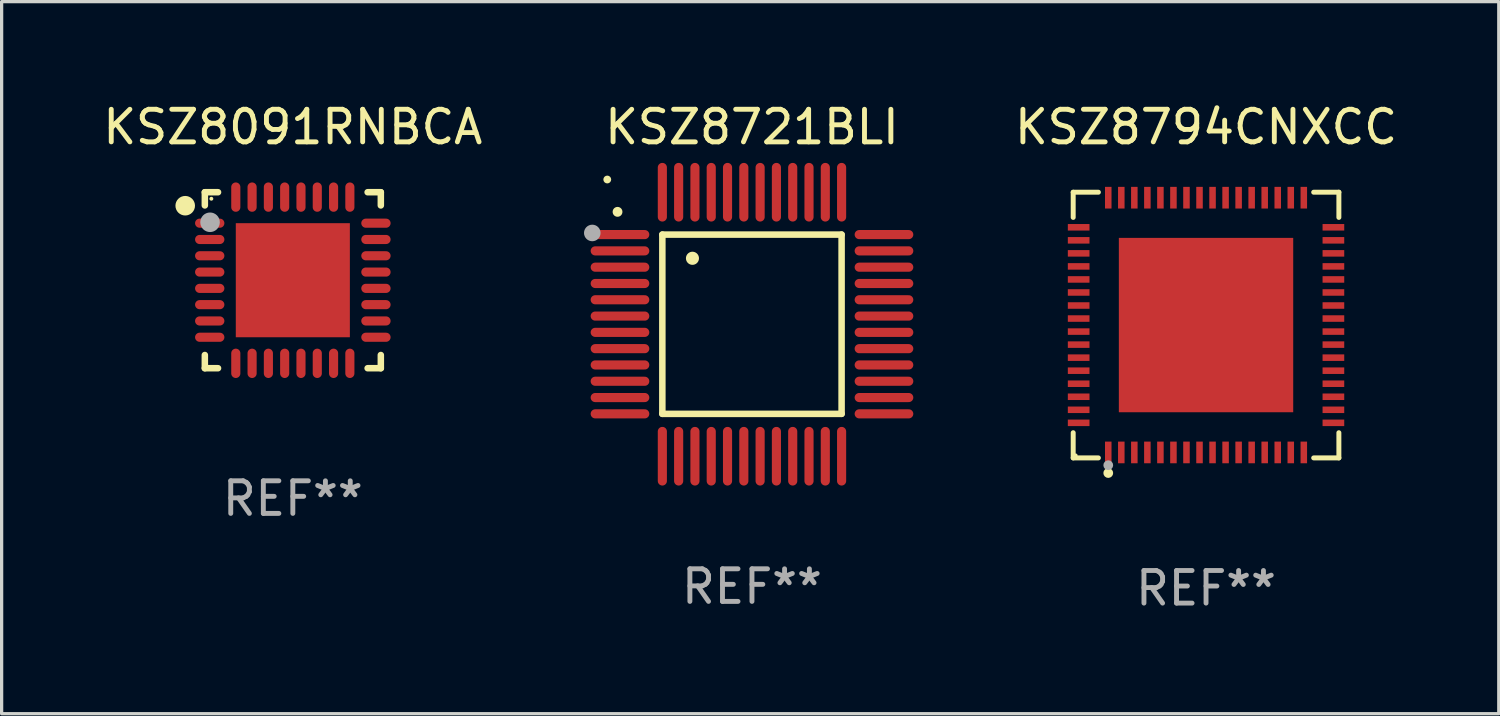
<source format=kicad_pcb>
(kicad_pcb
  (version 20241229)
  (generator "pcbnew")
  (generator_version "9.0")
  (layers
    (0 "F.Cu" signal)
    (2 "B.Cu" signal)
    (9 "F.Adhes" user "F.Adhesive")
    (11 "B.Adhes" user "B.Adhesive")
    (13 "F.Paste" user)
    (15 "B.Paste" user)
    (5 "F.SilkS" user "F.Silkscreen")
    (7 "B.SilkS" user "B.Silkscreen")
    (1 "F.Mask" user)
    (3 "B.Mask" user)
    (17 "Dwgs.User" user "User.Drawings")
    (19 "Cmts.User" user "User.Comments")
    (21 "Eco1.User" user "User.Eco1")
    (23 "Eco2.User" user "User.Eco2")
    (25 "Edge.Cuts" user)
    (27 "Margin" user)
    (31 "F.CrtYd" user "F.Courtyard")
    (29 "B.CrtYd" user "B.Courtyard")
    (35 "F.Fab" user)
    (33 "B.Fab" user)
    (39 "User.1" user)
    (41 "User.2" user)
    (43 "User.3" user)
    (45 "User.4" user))
  (footprint "KSZ8794CNXCC"
    (layer "F.Cu")
    (at 33.955 6.924)
    (property "Reference" "KSZ8794CNXCC" (at 0 -6.076 0) (layer "F.SilkS") (effects (font (size 1 1) (thickness 0.15))))
    (attr through_hole)
    (fp_line (start -4.076 -4.076) (end -3.303 -4.076) (stroke (width 0.152) (type solid)) (layer "F.SilkS"))
    (fp_line (start -4.076 -3.303) (end -4.076 -4.076) (stroke (width 0.152) (type solid)) (layer "F.SilkS"))
    (fp_line (start -4.076 3.303) (end -4.076 4.076) (stroke (width 0.152) (type solid)) (layer "F.SilkS"))
    (fp_line (start -4.076 4.076) (end -3.303 4.076) (stroke (width 0.152) (type solid)) (layer "F.SilkS"))
    (fp_line (start 4.076 -4.076) (end 3.303 -4.076) (stroke (width 0.152) (type solid)) (layer "F.SilkS"))
    (fp_line (start 4.076 -3.303) (end 4.076 -4.076) (stroke (width 0.152) (type solid)) (layer "F.SilkS"))
    (fp_line (start 4.076 3.303) (end 4.076 4.076) (stroke (width 0.152) (type solid)) (layer "F.SilkS"))
    (fp_line (start 4.076 4.076) (end 3.303 4.076) (stroke (width 0.152) (type solid)) (layer "F.SilkS"))
    (fp_circle (center -4 4) (end -3.97 4) (stroke (width 0.06) (type solid)) (fill no) (layer "F.SilkS"))
    (fp_circle (center -3 4.54) (end -2.925 4.54) (stroke (width 0.15) (type solid)) (fill no) (layer "F.SilkS"))
    (fp_circle (center -3 4.3) (end -2.925 4.3) (stroke (width 0.15) (type solid)) (fill no) (layer "F.Fab"))
    (fp_text user "REF**" (at 0 8.076 0) (layer "F.Fab") (effects (font (size 1 1) (thickness 0.15))))
    (pad "1" smd rect (at -3 3.908) (size 0.2 0.665) (layers "F.Cu" "F.Mask" "F.Paste"))
    (pad "2" smd rect (at -2.6 3.908) (size 0.2 0.665) (layers "F.Cu" "F.Mask" "F.Paste"))
    (pad "3" smd rect (at -2.2 3.908) (size 0.2 0.665) (layers "F.Cu" "F.Mask" "F.Paste"))
    (pad "4" smd rect (at -1.8 3.908) (size 0.2 0.665) (layers "F.Cu" "F.Mask" "F.Paste"))
    (pad "5" smd rect (at -1.4 3.908) (size 0.2 0.665) (layers "F.Cu" "F.Mask" "F.Paste"))
    (pad "6" smd rect (at -1 3.908) (size 0.2 0.665) (layers "F.Cu" "F.Mask" "F.Paste"))
    (pad "7" smd rect (at -0.6 3.908) (size 0.2 0.665) (layers "F.Cu" "F.Mask" "F.Paste"))
    (pad "8" smd rect (at -0.2 3.908) (size 0.2 0.665) (layers "F.Cu" "F.Mask" "F.Paste"))
    (pad "9" smd rect (at 0.2 3.908) (size 0.2 0.665) (layers "F.Cu" "F.Mask" "F.Paste"))
    (pad "10" smd rect (at 0.6 3.908) (size 0.2 0.665) (layers "F.Cu" "F.Mask" "F.Paste"))
    (pad "11" smd rect (at 1 3.908) (size 0.2 0.665) (layers "F.Cu" "F.Mask" "F.Paste"))
    (pad "12" smd rect (at 1.4 3.908) (size 0.2 0.665) (layers "F.Cu" "F.Mask" "F.Paste"))
    (pad "13" smd rect (at 1.8 3.908) (size 0.2 0.665) (layers "F.Cu" "F.Mask" "F.Paste"))
    (pad "14" smd rect (at 2.2 3.908) (size 0.2 0.665) (layers "F.Cu" "F.Mask" "F.Paste"))
    (pad "15" smd rect (at 2.6 3.908) (size 0.2 0.665) (layers "F.Cu" "F.Mask" "F.Paste"))
    (pad "16" smd rect (at 3 3.908) (size 0.2 0.665) (layers "F.Cu" "F.Mask" "F.Paste"))
    (pad "17" smd rect (at 3.908 3) (size 0.665 0.2) (layers "F.Cu" "F.Mask" "F.Paste"))
    (pad "18" smd rect (at 3.908 2.6) (size 0.665 0.2) (layers "F.Cu" "F.Mask" "F.Paste"))
    (pad "19" smd rect (at 3.908 2.2) (size 0.665 0.2) (layers "F.Cu" "F.Mask" "F.Paste"))
    (pad "20" smd rect (at 3.908 1.8) (size 0.665 0.2) (layers "F.Cu" "F.Mask" "F.Paste"))
    (pad "21" smd rect (at 3.908 1.4) (size 0.665 0.2) (layers "F.Cu" "F.Mask" "F.Paste"))
    (pad "22" smd rect (at 3.908 1) (size 0.665 0.2) (layers "F.Cu" "F.Mask" "F.Paste"))
    (pad "23" smd rect (at 3.908 0.6) (size 0.665 0.2) (layers "F.Cu" "F.Mask" "F.Paste"))
    (pad "24" smd rect (at 3.908 0.2) (size 0.665 0.2) (layers "F.Cu" "F.Mask" "F.Paste"))
    (pad "25" smd rect (at 3.908 -0.2) (size 0.665 0.2) (layers "F.Cu" "F.Mask" "F.Paste"))
    (pad "26" smd rect (at 3.908 -0.6) (size 0.665 0.2) (layers "F.Cu" "F.Mask" "F.Paste"))
    (pad "27" smd rect (at 3.908 -1) (size 0.665 0.2) (layers "F.Cu" "F.Mask" "F.Paste"))
    (pad "28" smd rect (at 3.908 -1.4) (size 0.665 0.2) (layers "F.Cu" "F.Mask" "F.Paste"))
    (pad "29" smd rect (at 3.908 -1.8) (size 0.665 0.2) (layers "F.Cu" "F.Mask" "F.Paste"))
    (pad "30" smd rect (at 3.908 -2.2) (size 0.665 0.2) (layers "F.Cu" "F.Mask" "F.Paste"))
    (pad "31" smd rect (at 3.908 -2.6) (size 0.665 0.2) (layers "F.Cu" "F.Mask" "F.Paste"))
    (pad "32" smd rect (at 3.908 -3) (size 0.665 0.2) (layers "F.Cu" "F.Mask" "F.Paste"))
    (pad "33" smd rect (at 3 -3.908) (size 0.2 0.665) (layers "F.Cu" "F.Mask" "F.Paste"))
    (pad "34" smd rect (at 2.6 -3.908) (size 0.2 0.665) (layers "F.Cu" "F.Mask" "F.Paste"))
    (pad "35" smd rect (at 2.2 -3.908) (size 0.2 0.665) (layers "F.Cu" "F.Mask" "F.Paste"))
    (pad "36" smd rect (at 1.8 -3.908) (size 0.2 0.665) (layers "F.Cu" "F.Mask" "F.Paste"))
    (pad "37" smd rect (at 1.4 -3.908) (size 0.2 0.665) (layers "F.Cu" "F.Mask" "F.Paste"))
    (pad "38" smd rect (at 1 -3.908) (size 0.2 0.665) (layers "F.Cu" "F.Mask" "F.Paste"))
    (pad "39" smd rect (at 0.6 -3.908) (size 0.2 0.665) (layers "F.Cu" "F.Mask" "F.Paste"))
    (pad "40" smd rect (at 0.2 -3.908) (size 0.2 0.665) (layers "F.Cu" "F.Mask" "F.Paste"))
    (pad "41" smd rect (at -0.2 -3.908) (size 0.2 0.665) (layers "F.Cu" "F.Mask" "F.Paste"))
    (pad "42" smd rect (at -0.6 -3.908) (size 0.2 0.665) (layers "F.Cu" "F.Mask" "F.Paste"))
    (pad "43" smd rect (at -1 -3.908) (size 0.2 0.665) (layers "F.Cu" "F.Mask" "F.Paste"))
    (pad "44" smd rect (at -1.4 -3.908) (size 0.2 0.665) (layers "F.Cu" "F.Mask" "F.Paste"))
    (pad "45" smd rect (at -1.8 -3.908) (size 0.2 0.665) (layers "F.Cu" "F.Mask" "F.Paste"))
    (pad "46" smd rect (at -2.2 -3.908) (size 0.2 0.665) (layers "F.Cu" "F.Mask" "F.Paste"))
    (pad "47" smd rect (at -2.6 -3.908) (size 0.2 0.665) (layers "F.Cu" "F.Mask" "F.Paste"))
    (pad "48" smd rect (at -3 -3.908) (size 0.2 0.665) (layers "F.Cu" "F.Mask" "F.Paste"))
    (pad "49" smd rect (at -3.908 -3) (size 0.665 0.2) (layers "F.Cu" "F.Mask" "F.Paste"))
    (pad "50" smd rect (at -3.908 -2.6) (size 0.665 0.2) (layers "F.Cu" "F.Mask" "F.Paste"))
    (pad "51" smd rect (at -3.908 -2.2) (size 0.665 0.2) (layers "F.Cu" "F.Mask" "F.Paste"))
    (pad "52" smd rect (at -3.908 -1.8) (size 0.665 0.2) (layers "F.Cu" "F.Mask" "F.Paste"))
    (pad "53" smd rect (at -3.908 -1.4) (size 0.665 0.2) (layers "F.Cu" "F.Mask" "F.Paste"))
    (pad "54" smd rect (at -3.908 -1) (size 0.665 0.2) (layers "F.Cu" "F.Mask" "F.Paste"))
    (pad "55" smd rect (at -3.908 -0.6) (size 0.665 0.2) (layers "F.Cu" "F.Mask" "F.Paste"))
    (pad "56" smd rect (at -3.908 -0.2) (size 0.665 0.2) (layers "F.Cu" "F.Mask" "F.Paste"))
    (pad "57" smd rect (at -3.908 0.2) (size 0.665 0.2) (layers "F.Cu" "F.Mask" "F.Paste"))
    (pad "58" smd rect (at -3.908 0.6) (size 0.665 0.2) (layers "F.Cu" "F.Mask" "F.Paste"))
    (pad "59" smd rect (at -3.908 1) (size 0.665 0.2) (layers "F.Cu" "F.Mask" "F.Paste"))
    (pad "60" smd rect (at -3.908 1.4) (size 0.665 0.2) (layers "F.Cu" "F.Mask" "F.Paste"))
    (pad "61" smd rect (at -3.908 1.8) (size 0.665 0.2) (layers "F.Cu" "F.Mask" "F.Paste"))
    (pad "62" smd rect (at -3.908 2.2) (size 0.665 0.2) (layers "F.Cu" "F.Mask" "F.Paste"))
    (pad "63" smd rect (at -3.908 2.6) (size 0.665 0.2) (layers "F.Cu" "F.Mask" "F.Paste"))
    (pad "64" smd rect (at -3.908 3) (size 0.665 0.2) (layers "F.Cu" "F.Mask" "F.Paste"))
    (pad "65" smd rect (at 0 0) (size 5.35 5.35) (layers "F.Cu" "F.Mask" "F.Paste")))
  (footprint "KSZ8721BLI"
    (layer "F.Cu")
    (at 20.023 6.898)
    (property "Reference" "KSZ8721BLI" (at 0 -6.05 0) (layer "F.SilkS") (effects (font (size 1 1) (thickness 0.15))))
    (attr through_hole)
    (fp_line (start -2.75 -2.75) (end 2.75 -2.75) (stroke (width 0.2) (type solid)) (layer "F.SilkS"))
    (fp_line (start -2.75 2.75) (end -2.75 -2.75) (stroke (width 0.2) (type solid)) (layer "F.SilkS"))
    (fp_line (start 2.75 -2.75) (end 2.75 2.75) (stroke (width 0.2) (type solid)) (layer "F.SilkS"))
    (fp_line (start 2.75 2.75) (end -2.75 2.75) (stroke (width 0.2) (type solid)) (layer "F.SilkS"))
    (fp_arc (start -4.124968 -3.446787) (mid -4.124973 -3.448057) (end -4.124968 -3.449327) (stroke (width 0.3) (type solid)) (layer "F.SilkS"))
    (fp_arc (start -1.826264 -2.021844) (mid -1.826268 -2.023114) (end -1.826264 -2.024384) (stroke (width 0.4) (type solid)) (layer "F.SilkS"))
    (fp_circle (center -4.44 -4.44) (end -4.38 -4.44) (stroke (width 0.12) (type solid)) (fill no) (layer "F.SilkS"))
    (fp_circle (center -4.9 -2.8) (end -4.773 -2.8) (stroke (width 0.254) (type solid)) (fill no) (layer "F.Fab"))
    (fp_text user "REF**" (at 0 8.05 0) (layer "F.Fab") (effects (font (size 1 1) (thickness 0.15))))
    (pad "1" smd oval (at -4.05 -2.75 90) (size 0.28 1.8) (layers "F.Cu" "F.Mask" "F.Paste"))
    (pad "2" smd oval (at -4.05 -2.25 90) (size 0.28 1.8) (layers "F.Cu" "F.Mask" "F.Paste"))
    (pad "3" smd oval (at -4.05 -1.75 90) (size 0.28 1.8) (layers "F.Cu" "F.Mask" "F.Paste"))
    (pad "4" smd oval (at -4.05 -1.25 90) (size 0.28 1.8) (layers "F.Cu" "F.Mask" "F.Paste"))
    (pad "5" smd oval (at -4.05 -0.75 90) (size 0.28 1.8) (layers "F.Cu" "F.Mask" "F.Paste"))
    (pad "6" smd oval (at -4.05 -0.25 90) (size 0.28 1.8) (layers "F.Cu" "F.Mask" "F.Paste"))
    (pad "7" smd oval (at -4.05 0.25 90) (size 0.28 1.8) (layers "F.Cu" "F.Mask" "F.Paste"))
    (pad "8" smd oval (at -4.05 0.75 90) (size 0.28 1.8) (layers "F.Cu" "F.Mask" "F.Paste"))
    (pad "9" smd oval (at -4.05 1.25 90) (size 0.28 1.8) (layers "F.Cu" "F.Mask" "F.Paste"))
    (pad "10" smd oval (at -4.05 1.75 90) (size 0.28 1.8) (layers "F.Cu" "F.Mask" "F.Paste"))
    (pad "11" smd oval (at -4.05 2.25 90) (size 0.28 1.8) (layers "F.Cu" "F.Mask" "F.Paste"))
    (pad "12" smd oval (at -4.05 2.75 90) (size 0.28 1.8) (layers "F.Cu" "F.Mask" "F.Paste"))
    (pad "13" smd oval (at -2.75 4.05) (size 0.28 1.8) (layers "F.Cu" "F.Mask" "F.Paste"))
    (pad "14" smd oval (at -2.25 4.05) (size 0.28 1.8) (layers "F.Cu" "F.Mask" "F.Paste"))
    (pad "15" smd oval (at -1.75 4.05) (size 0.28 1.8) (layers "F.Cu" "F.Mask" "F.Paste"))
    (pad "16" smd oval (at -1.25 4.05) (size 0.28 1.8) (layers "F.Cu" "F.Mask" "F.Paste"))
    (pad "17" smd oval (at -0.75 4.05) (size 0.28 1.8) (layers "F.Cu" "F.Mask" "F.Paste"))
    (pad "18" smd oval (at -0.25 4.05) (size 0.28 1.8) (layers "F.Cu" "F.Mask" "F.Paste"))
    (pad "19" smd oval (at 0.25 4.05) (size 0.28 1.8) (layers "F.Cu" "F.Mask" "F.Paste"))
    (pad "20" smd oval (at 0.75 4.05) (size 0.28 1.8) (layers "F.Cu" "F.Mask" "F.Paste"))
    (pad "21" smd oval (at 1.25 4.05) (size 0.28 1.8) (layers "F.Cu" "F.Mask" "F.Paste"))
    (pad "22" smd oval (at 1.75 4.05) (size 0.28 1.8) (layers "F.Cu" "F.Mask" "F.Paste"))
    (pad "23" smd oval (at 2.25 4.05) (size 0.28 1.8) (layers "F.Cu" "F.Mask" "F.Paste"))
    (pad "24" smd oval (at 2.75 4.05) (size 0.28 1.8) (layers "F.Cu" "F.Mask" "F.Paste"))
    (pad "25" smd oval (at 4.05 2.75 90) (size 0.28 1.8) (layers "F.Cu" "F.Mask" "F.Paste"))
    (pad "26" smd oval (at 4.05 2.25 90) (size 0.28 1.8) (layers "F.Cu" "F.Mask" "F.Paste"))
    (pad "27" smd oval (at 4.05 1.75 90) (size 0.28 1.8) (layers "F.Cu" "F.Mask" "F.Paste"))
    (pad "28" smd oval (at 4.05 1.25 90) (size 0.28 1.8) (layers "F.Cu" "F.Mask" "F.Paste"))
    (pad "29" smd oval (at 4.05 0.75 90) (size 0.28 1.8) (layers "F.Cu" "F.Mask" "F.Paste"))
    (pad "30" smd oval (at 4.05 0.25 90) (size 0.28 1.8) (layers "F.Cu" "F.Mask" "F.Paste"))
    (pad "31" smd oval (at 4.05 -0.25 90) (size 0.28 1.8) (layers "F.Cu" "F.Mask" "F.Paste"))
    (pad "32" smd oval (at 4.05 -0.75 90) (size 0.28 1.8) (layers "F.Cu" "F.Mask" "F.Paste"))
    (pad "33" smd oval (at 4.05 -1.25 90) (size 0.28 1.8) (layers "F.Cu" "F.Mask" "F.Paste"))
    (pad "34" smd oval (at 4.05 -1.75 90) (size 0.28 1.8) (layers "F.Cu" "F.Mask" "F.Paste"))
    (pad "35" smd oval (at 4.05 -2.25 90) (size 0.28 1.8) (layers "F.Cu" "F.Mask" "F.Paste"))
    (pad "36" smd oval (at 4.05 -2.75 90) (size 0.28 1.8) (layers "F.Cu" "F.Mask" "F.Paste"))
    (pad "37" smd oval (at 2.75 -4.05) (size 0.28 1.8) (layers "F.Cu" "F.Mask" "F.Paste"))
    (pad "38" smd oval (at 2.25 -4.05) (size 0.28 1.8) (layers "F.Cu" "F.Mask" "F.Paste"))
    (pad "39" smd oval (at 1.75 -4.05) (size 0.28 1.8) (layers "F.Cu" "F.Mask" "F.Paste"))
    (pad "40" smd oval (at 1.25 -4.05) (size 0.28 1.8) (layers "F.Cu" "F.Mask" "F.Paste"))
    (pad "41" smd oval (at 0.75 -4.05) (size 0.28 1.8) (layers "F.Cu" "F.Mask" "F.Paste"))
    (pad "42" smd oval (at 0.25 -4.05) (size 0.28 1.8) (layers "F.Cu" "F.Mask" "F.Paste"))
    (pad "43" smd oval (at -0.25 -4.05) (size 0.28 1.8) (layers "F.Cu" "F.Mask" "F.Paste"))
    (pad "44" smd oval (at -0.75 -4.05) (size 0.28 1.8) (layers "F.Cu" "F.Mask" "F.Paste"))
    (pad "45" smd oval (at -1.25 -4.05) (size 0.28 1.8) (layers "F.Cu" "F.Mask" "F.Paste"))
    (pad "46" smd oval (at -1.75 -4.05) (size 0.28 1.8) (layers "F.Cu" "F.Mask" "F.Paste"))
    (pad "47" smd oval (at -2.25 -4.05) (size 0.28 1.8) (layers "F.Cu" "F.Mask" "F.Paste"))
    (pad "48" smd oval (at -2.75 -4.05) (size 0.28 1.8) (layers "F.Cu" "F.Mask" "F.Paste")))
  (footprint "KSZ8091RNBCA"
    (layer "F.Cu")
    (at 5.935 5.548)
    (property "Reference" "KSZ8091RNBCA" (at 0 -4.7 0) (layer "F.SilkS") (effects (font (size 1 1) (thickness 0.15))))
    (attr through_hole)
    (fp_line (start -2.7 -2.7) (end -2.295 -2.7) (stroke (width 0.2) (type solid)) (layer "F.SilkS"))
    (fp_line (start -2.7 -2.295) (end -2.7 -2.7) (stroke (width 0.2) (type solid)) (layer "F.SilkS"))
    (fp_line (start -2.7 2.295) (end -2.7 2.7) (stroke (width 0.2) (type solid)) (layer "F.SilkS"))
    (fp_line (start -2.7 2.7) (end -2.295 2.7) (stroke (width 0.2) (type solid)) (layer "F.SilkS"))
    (fp_line (start 2.295 -2.7) (end 2.7 -2.7) (stroke (width 0.2) (type solid)) (layer "F.SilkS"))
    (fp_line (start 2.295 2.7) (end 2.7 2.7) (stroke (width 0.2) (type solid)) (layer "F.SilkS"))
    (fp_line (start 2.7 -2.7) (end 2.7 -2.295) (stroke (width 0.2) (type solid)) (layer "F.SilkS"))
    (fp_line (start 2.7 2.7) (end 2.7 2.295) (stroke (width 0.2) (type solid)) (layer "F.SilkS"))
    (fp_circle (center -3.302 -2.286) (end -3.152 -2.286) (stroke (width 0.3) (type solid)) (fill no) (layer "F.SilkS"))
    (fp_circle (center -2.5 -2.5) (end -2.47 -2.5) (stroke (width 0.06) (type solid)) (fill no) (layer "F.SilkS"))
    (fp_circle (center -2.54 -1.778) (end -2.39 -1.778) (stroke (width 0.3) (type solid)) (fill no) (layer "F.Fab"))
    (fp_text user "REF**" (at 0 6.7 0) (layer "F.Fab") (effects (font (size 1 1) (thickness 0.15))))
    (pad "1" smd oval (at -2.55 -1.75 90) (size 0.28 0.9) (layers "F.Cu" "F.Mask" "F.Paste"))
    (pad "2" smd oval (at -2.55 -1.25 90) (size 0.28 0.9) (layers "F.Cu" "F.Mask" "F.Paste"))
    (pad "3" smd oval (at -2.55 -0.75 90) (size 0.28 0.9) (layers "F.Cu" "F.Mask" "F.Paste"))
    (pad "4" smd oval (at -2.55 -0.25 90) (size 0.28 0.9) (layers "F.Cu" "F.Mask" "F.Paste"))
    (pad "5" smd oval (at -2.55 0.25 90) (size 0.28 0.9) (layers "F.Cu" "F.Mask" "F.Paste"))
    (pad "6" smd oval (at -2.55 0.75 90) (size 0.28 0.9) (layers "F.Cu" "F.Mask" "F.Paste"))
    (pad "7" smd oval (at -2.55 1.25 90) (size 0.28 0.9) (layers "F.Cu" "F.Mask" "F.Paste"))
    (pad "8" smd oval (at -2.55 1.75 90) (size 0.28 0.9) (layers "F.Cu" "F.Mask" "F.Paste"))
    (pad "9" smd oval (at -1.75 2.55) (size 0.28 0.9) (layers "F.Cu" "F.Mask" "F.Paste"))
    (pad "10" smd oval (at -1.25 2.55) (size 0.28 0.9) (layers "F.Cu" "F.Mask" "F.Paste"))
    (pad "11" smd oval (at -0.75 2.55) (size 0.28 0.9) (layers "F.Cu" "F.Mask" "F.Paste"))
    (pad "12" smd oval (at -0.25 2.55) (size 0.28 0.9) (layers "F.Cu" "F.Mask" "F.Paste"))
    (pad "13" smd oval (at 0.25 2.55) (size 0.28 0.9) (layers "F.Cu" "F.Mask" "F.Paste"))
    (pad "14" smd oval (at 0.75 2.55) (size 0.28 0.9) (layers "F.Cu" "F.Mask" "F.Paste"))
    (pad "15" smd oval (at 1.25 2.55) (size 0.28 0.9) (layers "F.Cu" "F.Mask" "F.Paste"))
    (pad "16" smd oval (at 1.75 2.55) (size 0.28 0.9) (layers "F.Cu" "F.Mask" "F.Paste"))
    (pad "17" smd oval (at 2.55 1.75 90) (size 0.28 0.9) (layers "F.Cu" "F.Mask" "F.Paste"))
    (pad "18" smd oval (at 2.55 1.25 90) (size 0.28 0.9) (layers "F.Cu" "F.Mask" "F.Paste"))
    (pad "19" smd oval (at 2.55 0.75 90) (size 0.28 0.9) (layers "F.Cu" "F.Mask" "F.Paste"))
    (pad "20" smd oval (at 2.55 0.25 90) (size 0.28 0.9) (layers "F.Cu" "F.Mask" "F.Paste"))
    (pad "21" smd oval (at 2.55 -0.25 90) (size 0.28 0.9) (layers "F.Cu" "F.Mask" "F.Paste"))
    (pad "22" smd oval (at 2.55 -0.75 90) (size 0.28 0.9) (layers "F.Cu" "F.Mask" "F.Paste"))
    (pad "23" smd oval (at 2.55 -1.25 90) (size 0.28 0.9) (layers "F.Cu" "F.Mask" "F.Paste"))
    (pad "24" smd oval (at 2.55 -1.75 90) (size 0.28 0.9) (layers "F.Cu" "F.Mask" "F.Paste"))
    (pad "25" smd oval (at 1.75 -2.55) (size 0.28 0.9) (layers "F.Cu" "F.Mask" "F.Paste"))
    (pad "26" smd oval (at 1.25 -2.55) (size 0.28 0.9) (layers "F.Cu" "F.Mask" "F.Paste"))
    (pad "27" smd oval (at 0.75 -2.55) (size 0.28 0.9) (layers "F.Cu" "F.Mask" "F.Paste"))
    (pad "28" smd oval (at 0.25 -2.55) (size 0.28 0.9) (layers "F.Cu" "F.Mask" "F.Paste"))
    (pad "29" smd oval (at -0.25 -2.55) (size 0.28 0.9) (layers "F.Cu" "F.Mask" "F.Paste"))
    (pad "30" smd oval (at -0.75 -2.55) (size 0.28 0.9) (layers "F.Cu" "F.Mask" "F.Paste"))
    (pad "31" smd oval (at -1.25 -2.55) (size 0.28 0.9) (layers "F.Cu" "F.Mask" "F.Paste"))
    (pad "32" smd oval (at -1.75 -2.55) (size 0.28 0.9) (layers "F.Cu" "F.Mask" "F.Paste"))
    (pad "33" smd rect (at 0 0) (size 3.5 3.5) (layers "F.Cu" "F.Mask" "F.Paste")))
  (gr_rect
    (start -3 -3)
    (end 42.937 18.849)
    (stroke (width 0.1) (type default))
    (fill no)
    (layer "Edge.Cuts")))
</source>
